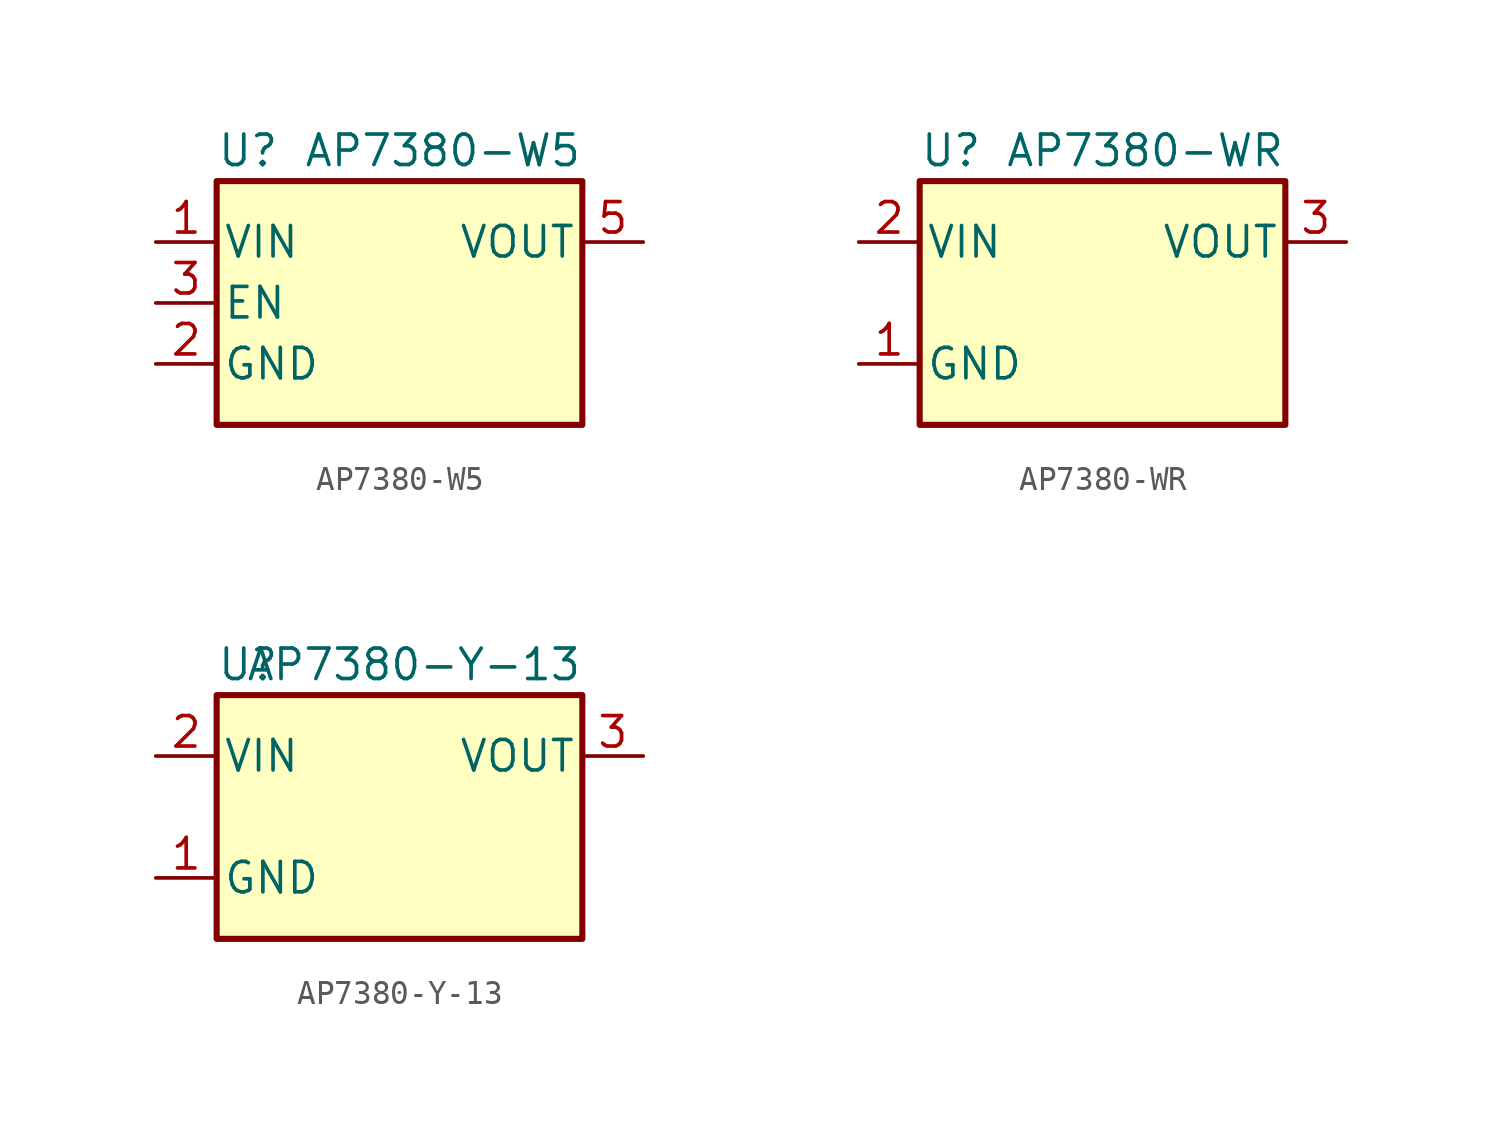
<source format=kicad_sym>
(kicad_symbol_lib
  (version 20211014)
  (generator kicad_symbol_editor)
  (symbol "AP7380-W5"
    (pin_names
      (offset 0.254))
    (property "Reference" "U"
      (at -7.62 6.35 0)
      (effects (font (size 1.27 1.27)) (justify left)))
    (property "Value" "AP7380-W5"
      (at 7.62 6.35 0)
      (effects (font (size 1.27 1.27)) (justify right)))
    (symbol "AP7380-W5_0_1"
      (rectangle (start -7.62 5.08) (end 7.62 -5.08) (stroke (width 0.254) (type default) (color 0 0 0 0)) (fill (type background))))
    (symbol "AP7380-W5_1_1"
      (pin power_in line (at -10.16 2.54 0) (length 2.54) (name "VIN" (effects (font (size 1.27 1.27)))) (number "1" (effects (font (size 1.27 1.27)))))
      (pin power_in line (at -10.16 -2.54 0) (length 2.54) (name "GND" (effects (font (size 1.27 1.27)))) (number "2" (effects (font (size 1.27 1.27)))))
      (pin input line (at -10.16 0 0) (length 2.54) (name "EN" (effects (font (size 1.27 1.27)))) (number "3" (effects (font (size 1.27 1.27)))))
      (pin no_connect line (at 10.16 -2.54 180) (length 2.54) hide (name "NC" (effects (font (size 1.27 1.27)))) (number "4" (effects (font (size 1.27 1.27)))))
      (pin power_out line (at 10.16 2.54 180) (length 2.54) (name "VOUT" (effects (font (size 1.27 1.27)))) (number "5" (effects (font (size 1.27 1.27)))))))
  (symbol "AP7380-WR"
    (pin_names
      (offset 0.254))
    (property "Reference" "U"
      (at -7.62 6.35 0)
      (effects (font (size 1.27 1.27)) (justify left)))
    (property "Value" "AP7380-WR"
      (at 7.62 6.35 0)
      (effects (font (size 1.27 1.27)) (justify right)))
    (symbol "AP7380-WR_0_1"
      (rectangle (start -7.62 5.08) (end 7.62 -5.08) (stroke (width 0.254) (type default) (color 0 0 0 0)) (fill (type background))))
    (symbol "AP7380-WR_1_1"
      (pin power_in line (at -10.16 -2.54 0) (length 2.54) (name "GND" (effects (font (size 1.27 1.27)))) (number "1" (effects (font (size 1.27 1.27)))))
      (pin power_in line (at -10.16 2.54 0) (length 2.54) (name "VIN" (effects (font (size 1.27 1.27)))) (number "2" (effects (font (size 1.27 1.27)))))
      (pin power_out line (at 10.16 2.54 180) (length 2.54) (name "VOUT" (effects (font (size 1.27 1.27)))) (number "3" (effects (font (size 1.27 1.27)))))
      (pin passive line (at 10.16 0 180) (length 2.54) hide (name "NC" (effects (font (size 1.27 1.27)))) (number "4" (effects (font (size 1.27 1.27)))))
      (pin passive line (at 10.16 -2.54 180) (length 2.54) hide (name "NC" (effects (font (size 1.27 1.27)))) (number "5" (effects (font (size 1.27 1.27)))))))
  (symbol "AP7380-Y-13"
    (pin_names
      (offset 0.254))
    (property "Reference" "U"
      (at -7.62 6.35 0)
      (effects (font (size 1.27 1.27)) (justify left)))
    (property "Value" "AP7380-Y-13"
      (at 7.62 6.35 0)
      (effects (font (size 1.27 1.27)) (justify right)))
    (symbol "AP7380-Y-13_0_1"
      (rectangle (start -7.62 5.08) (end 7.62 -5.08) (stroke (width 0.254) (type default) (color 0 0 0 0)) (fill (type background))))
    (symbol "AP7380-Y-13_1_1"
      (pin power_in line (at -10.16 -2.54 0) (length 2.54) (name "GND" (effects (font (size 1.27 1.27)))) (number "1" (effects (font (size 1.27 1.27)))))
      (pin power_in line (at -10.16 2.54 0) (length 2.54) (name "VIN" (effects (font (size 1.27 1.27)))) (number "2" (effects (font (size 1.27 1.27)))))
      (pin power_out line (at 10.16 2.54 180) (length 2.54) (name "VOUT" (effects (font (size 1.27 1.27)))) (number "3" (effects (font (size 1.27 1.27))))))))
</source>
